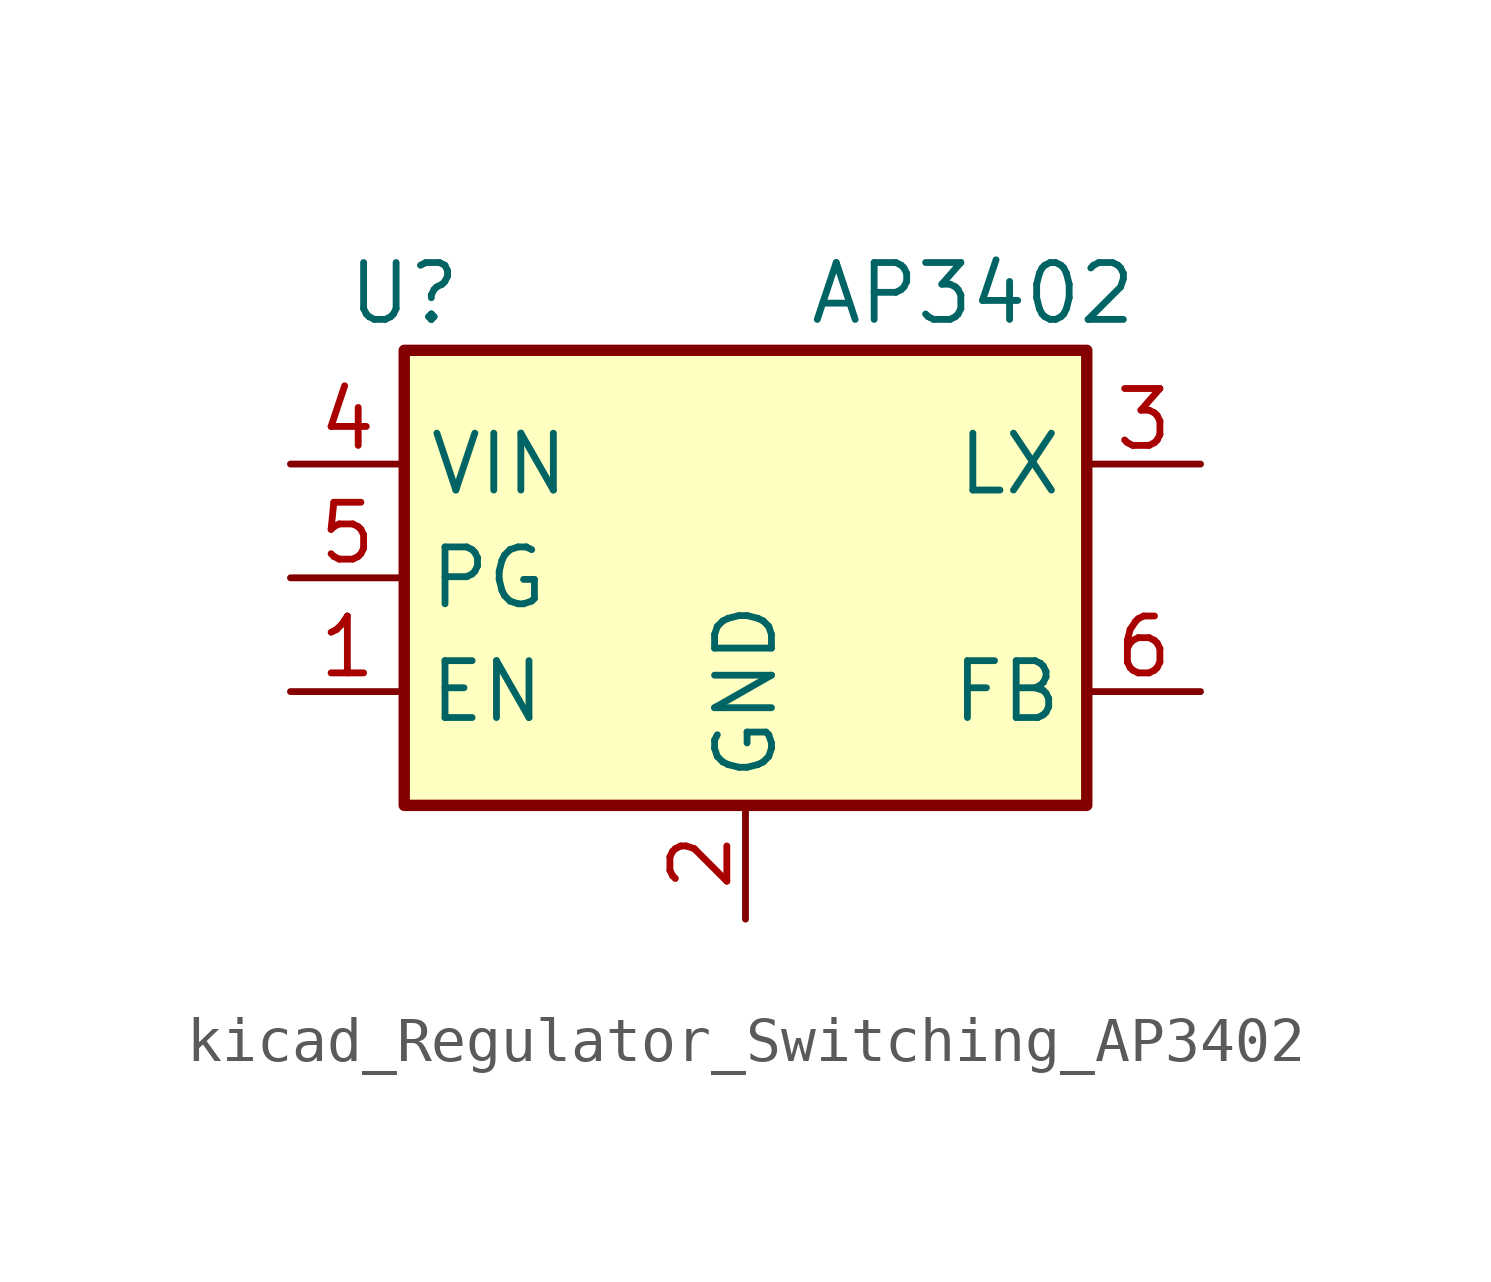
<source format=kicad_sym>
(kicad_symbol_lib
  (version 20220914)
  (generator kicad_symbol_editor)
  (symbol "kicad_Regulator_Switching_AP3402"
    (property "Reference" "U"
      (at -7.62 6.35 0)
      (effects (font (size 1.27 1.27))))
    (property "Value" "AP3402"
      (at 5.08 6.35 0)
      (effects (font (size 1.27 1.27))))
    (symbol "kicad_Regulator_Switching_AP3402_0_1"
      (rectangle (start -7.62 5.08) (end 7.62 -5.08) (stroke (width 0.254) (type default)) (fill (type background))))
    (symbol "kicad_Regulator_Switching_AP3402_1_1"
      (pin input line (at -10.16 -2.54 0) (length 2.54) (name "EN" (effects (font (size 1.27 1.27)))) (number "1" (effects (font (size 1.27 1.27)))))
      (pin power_in line (at 0 -7.62 90) (length 2.54) (name "GND" (effects (font (size 1.27 1.27)))) (number "2" (effects (font (size 1.27 1.27)))))
      (pin power_out line (at 10.16 2.54 180) (length 2.54) (name "LX" (effects (font (size 1.27 1.27)))) (number "3" (effects (font (size 1.27 1.27)))))
      (pin power_in line (at -10.16 2.54 0) (length 2.54) (name "VIN" (effects (font (size 1.27 1.27)))) (number "4" (effects (font (size 1.27 1.27)))))
      (pin input line (at -10.16 0 0) (length 2.54) (name "PG" (effects (font (size 1.27 1.27)))) (number "5" (effects (font (size 1.27 1.27)))))
      (pin input line (at 10.16 -2.54 180) (length 2.54) (name "FB" (effects (font (size 1.27 1.27)))) (number "6" (effects (font (size 1.27 1.27))))))))
</source>
